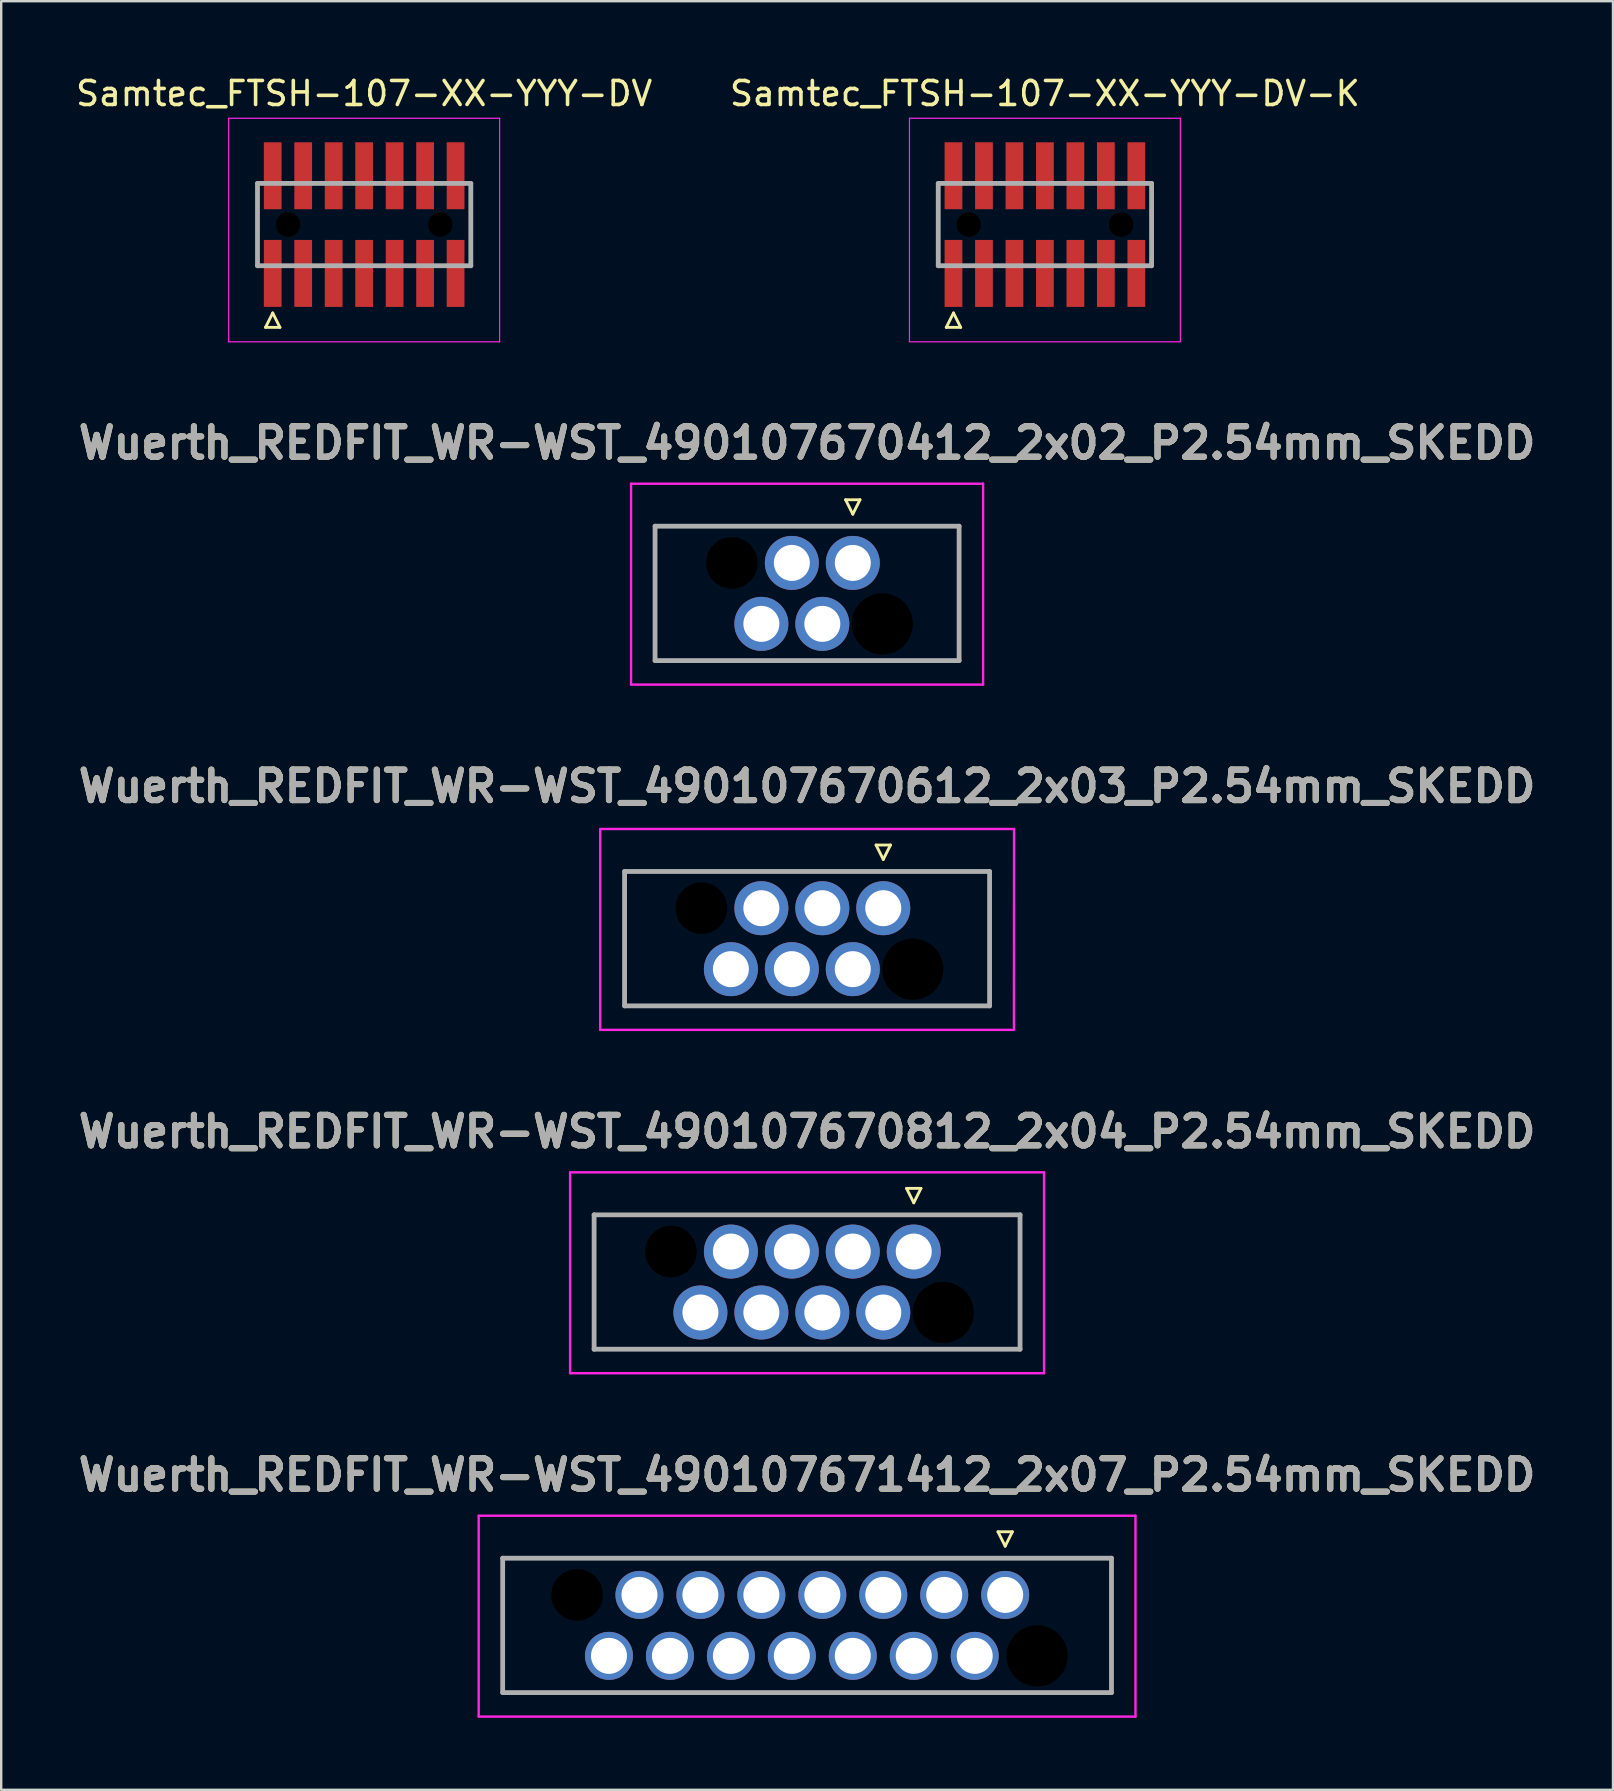
<source format=kicad_pcb>
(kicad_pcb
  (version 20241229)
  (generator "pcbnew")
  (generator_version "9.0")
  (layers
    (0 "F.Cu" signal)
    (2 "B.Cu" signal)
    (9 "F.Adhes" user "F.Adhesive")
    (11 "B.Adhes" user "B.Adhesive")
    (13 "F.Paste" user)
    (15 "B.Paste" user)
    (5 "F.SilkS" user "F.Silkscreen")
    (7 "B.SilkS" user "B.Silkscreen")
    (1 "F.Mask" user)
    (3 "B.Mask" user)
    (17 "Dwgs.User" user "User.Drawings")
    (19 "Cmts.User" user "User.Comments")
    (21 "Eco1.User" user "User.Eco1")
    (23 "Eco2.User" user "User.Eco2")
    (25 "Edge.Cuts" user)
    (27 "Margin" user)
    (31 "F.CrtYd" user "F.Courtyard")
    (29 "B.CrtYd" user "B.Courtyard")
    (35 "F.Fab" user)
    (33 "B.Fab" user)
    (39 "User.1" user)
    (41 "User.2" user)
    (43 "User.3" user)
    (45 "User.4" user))
  (footprint "Wuerth_REDFIT_WR-WST_490107670812_2x04_P2.54mm_SKEDD"
    (layer "F.Cu")
    (at 35.028 49.105)
    (property "Reference" "Wuerth_REDFIT_WR-WST_490107670812_2x04_P2.54mm_SKEDD" (at -4.445 -5 0) (layer "F.SilkS") (effects (font (size 1.27 1.27) (thickness 0.254))))
    (attr through_hole)
    (fp_line (start -13.32 -1.53) (end 4.43 -1.53) (stroke (width 0.1) (type solid)) (layer "F.SilkS"))
    (fp_line (start -13.32 4.07) (end -13.32 -1.53) (stroke (width 0.1) (type solid)) (layer "F.SilkS"))
    (fp_line (start -0.3 -2.632) (end 0 -2.032) (stroke (width 0.12) (type solid)) (layer "F.SilkS"))
    (fp_line (start 0 -2.032) (end 0.3 -2.632) (stroke (width 0.12) (type solid)) (layer "F.SilkS"))
    (fp_line (start 0.3 -2.632) (end -0.3 -2.632) (stroke (width 0.12) (type solid)) (layer "F.SilkS"))
    (fp_line (start 4.43 -1.53) (end 4.43 4.07) (stroke (width 0.1) (type solid)) (layer "F.SilkS"))
    (fp_line (start 4.43 4.07) (end -13.32 4.07) (stroke (width 0.1) (type solid)) (layer "F.SilkS"))
    (fp_line (start -14.32 -3.3) (end 5.43 -3.3) (stroke (width 0.1) (type solid)) (layer "F.CrtYd"))
    (fp_line (start -14.32 5.07) (end -14.32 -3.3) (stroke (width 0.1) (type solid)) (layer "F.CrtYd"))
    (fp_line (start 5.43 -3.3) (end 5.43 5.07) (stroke (width 0.1) (type solid)) (layer "F.CrtYd"))
    (fp_line (start 5.43 5.07) (end -14.32 5.07) (stroke (width 0.1) (type solid)) (layer "F.CrtYd"))
    (fp_line (start -13.32 -1.53) (end -13.32 4.07) (stroke (width 0.2) (type solid)) (layer "F.Fab"))
    (fp_line (start -13.32 4.07) (end 4.43 4.07) (stroke (width 0.2) (type solid)) (layer "F.Fab"))
    (fp_line (start 4.43 -1.53) (end -13.32 -1.53) (stroke (width 0.2) (type solid)) (layer "F.Fab"))
    (fp_line (start 4.43 4.07) (end 4.43 -1.53) (stroke (width 0.2) (type solid)) (layer "F.Fab"))
    (fp_text user "${REFERENCE}" (at -4.445 -5 0) (layer "F.Fab") (effects (font (size 1.27 1.27) (thickness 0.254))))
    (pad "" np_thru_hole circle (at -10.12 0) (size 2.15 2.15) (drill 2.15) (layers "*.Mask"))
    (pad "" np_thru_hole circle (at 1.23 2.54) (size 2.55 2.55) (drill 2.55) (layers "*.Mask"))
    (pad "1" thru_hole circle (at 0 0) (size 2.25 2.25) (drill 1.5) (layers "*.Cu" "*.Mask"))
    (pad "2" thru_hole circle (at -1.27 2.54) (size 2.25 2.25) (drill 1.5) (layers "*.Cu" "*.Mask"))
    (pad "3" thru_hole circle (at -2.54 0) (size 2.25 2.25) (drill 1.5) (layers "*.Cu" "*.Mask"))
    (pad "4" thru_hole circle (at -3.81 2.54) (size 2.25 2.25) (drill 1.5) (layers "*.Cu" "*.Mask"))
    (pad "5" thru_hole circle (at -5.08 0) (size 2.25 2.25) (drill 1.5) (layers "*.Cu" "*.Mask"))
    (pad "6" thru_hole circle (at -6.35 2.54) (size 2.25 2.25) (drill 1.5) (layers "*.Cu" "*.Mask"))
    (pad "7" thru_hole circle (at -7.62 0) (size 2.25 2.25) (drill 1.5) (layers "*.Cu" "*.Mask"))
    (pad "8" thru_hole circle (at -8.89 2.54) (size 2.25 2.25) (drill 1.5) (layers "*.Cu" "*.Mask")))
  (footprint "Samtec_FTSH-107-XX-YYY-DV-K"
    (layer "F.Cu")
    (at 40.494 6.309)
    (property "Reference" "Samtec_FTSH-107-XX-YYY-DV-K" (at 0 -5.461 180) (layer "F.SilkS") (effects (font (size 1 1) (thickness 0.15))))
    (attr smd)
    (fp_line (start -4.445 1.715) (end -4.445 -1.715) (stroke (width 0.1) (type solid)) (layer "F.SilkS"))
    (fp_line (start -4.11 4.283) (end -3.81 3.683) (stroke (width 0.12) (type solid)) (layer "F.SilkS"))
    (fp_line (start -3.81 3.683) (end -3.51 4.283) (stroke (width 0.12) (type solid)) (layer "F.SilkS"))
    (fp_line (start -3.51 4.283) (end -4.11 4.283) (stroke (width 0.12) (type solid)) (layer "F.SilkS"))
    (fp_line (start 4.445 -1.715) (end 4.445 1.715) (stroke (width 0.1) (type solid)) (layer "F.SilkS"))
    (fp_line (start -5.645 -4.43) (end 5.645 -4.43) (stroke (width 0.05) (type solid)) (layer "F.CrtYd"))
    (fp_line (start -5.645 4.885) (end -5.645 -4.43) (stroke (width 0.05) (type solid)) (layer "F.CrtYd"))
    (fp_line (start 5.645 -4.43) (end 5.645 4.885) (stroke (width 0.05) (type solid)) (layer "F.CrtYd"))
    (fp_line (start 5.645 4.885) (end -5.645 4.885) (stroke (width 0.05) (type solid)) (layer "F.CrtYd"))
    (fp_line (start -4.445 -1.715) (end 4.445 -1.715) (stroke (width 0.2) (type solid)) (layer "F.Fab"))
    (fp_line (start -4.445 1.715) (end -4.445 -1.715) (stroke (width 0.2) (type solid)) (layer "F.Fab"))
    (fp_line (start 4.445 -1.715) (end 4.445 1.715) (stroke (width 0.2) (type solid)) (layer "F.Fab"))
    (fp_line (start 4.445 1.715) (end -4.445 1.715) (stroke (width 0.2) (type solid)) (layer "F.Fab"))
    (pad "" np_thru_hole circle (at -3.175 0) (size 1.02 1.02) (drill 1.02) (layers "*.Mask"))
    (pad "" np_thru_hole circle (at 3.175 0) (size 1.02 1.02) (drill 1.02) (layers "*.Mask"))
    (pad "1" smd rect (at -3.81 2.035) (size 0.74 2.79) (layers "F.Cu" "F.Mask" "F.Paste"))
    (pad "2" smd rect (at -3.81 -2.035) (size 0.74 2.79) (layers "F.Cu" "F.Mask" "F.Paste"))
    (pad "3" smd rect (at -2.54 2.035) (size 0.74 2.79) (layers "F.Cu" "F.Mask" "F.Paste"))
    (pad "4" smd rect (at -2.54 -2.035) (size 0.74 2.79) (layers "F.Cu" "F.Mask" "F.Paste"))
    (pad "5" smd rect (at -1.27 2.035) (size 0.74 2.79) (layers "F.Cu" "F.Mask" "F.Paste"))
    (pad "6" smd rect (at -1.27 -2.035) (size 0.74 2.79) (layers "F.Cu" "F.Mask" "F.Paste"))
    (pad "7" smd rect (at 0 2.035) (size 0.74 2.79) (layers "F.Cu" "F.Mask" "F.Paste"))
    (pad "8" smd rect (at 0 -2.035) (size 0.74 2.79) (layers "F.Cu" "F.Mask" "F.Paste"))
    (pad "9" smd rect (at 1.27 2.035) (size 0.74 2.79) (layers "F.Cu" "F.Mask" "F.Paste"))
    (pad "10" smd rect (at 1.27 -2.035) (size 0.74 2.79) (layers "F.Cu" "F.Mask" "F.Paste"))
    (pad "11" smd rect (at 2.54 2.035) (size 0.74 2.79) (layers "F.Cu" "F.Mask" "F.Paste"))
    (pad "12" smd rect (at 2.54 -2.035) (size 0.74 2.79) (layers "F.Cu" "F.Mask" "F.Paste"))
    (pad "13" smd rect (at 3.81 2.035) (size 0.74 2.79) (layers "F.Cu" "F.Mask" "F.Paste"))
    (pad "14" smd rect (at 3.81 -2.035) (size 0.74 2.79) (layers "F.Cu" "F.Mask" "F.Paste")))
  (footprint "Wuerth_REDFIT_WR-WST_490107670412_2x02_P2.54mm_SKEDD"
    (layer "F.Cu")
    (at 32.488 20.408)
    (property "Reference" "Wuerth_REDFIT_WR-WST_490107670412_2x02_P2.54mm_SKEDD" (at -1.905 -5 0) (layer "F.SilkS") (effects (font (size 1.27 1.27) (thickness 0.254))))
    (attr through_hole)
    (fp_line (start -8.24 -1.53) (end 4.43 -1.53) (stroke (width 0.1) (type solid)) (layer "F.SilkS"))
    (fp_line (start -8.24 4.07) (end -8.24 -1.53) (stroke (width 0.1) (type solid)) (layer "F.SilkS"))
    (fp_line (start -0.3 -2.632) (end 0 -2.032) (stroke (width 0.12) (type solid)) (layer "F.SilkS"))
    (fp_line (start 0 -2.032) (end 0.3 -2.632) (stroke (width 0.12) (type solid)) (layer "F.SilkS"))
    (fp_line (start 0.3 -2.632) (end -0.3 -2.632) (stroke (width 0.12) (type solid)) (layer "F.SilkS"))
    (fp_line (start 4.43 -1.53) (end 4.43 4.07) (stroke (width 0.1) (type solid)) (layer "F.SilkS"))
    (fp_line (start 4.43 4.07) (end -8.24 4.07) (stroke (width 0.1) (type solid)) (layer "F.SilkS"))
    (fp_line (start -9.24 -3.3) (end 5.43 -3.3) (stroke (width 0.1) (type solid)) (layer "F.CrtYd"))
    (fp_line (start -9.24 5.07) (end -9.24 -3.3) (stroke (width 0.1) (type solid)) (layer "F.CrtYd"))
    (fp_line (start 5.43 -3.3) (end 5.43 5.07) (stroke (width 0.1) (type solid)) (layer "F.CrtYd"))
    (fp_line (start 5.43 5.07) (end -9.24 5.07) (stroke (width 0.1) (type solid)) (layer "F.CrtYd"))
    (fp_line (start -8.24 -1.53) (end -8.24 4.07) (stroke (width 0.2) (type solid)) (layer "F.Fab"))
    (fp_line (start -8.24 4.07) (end 4.43 4.07) (stroke (width 0.2) (type solid)) (layer "F.Fab"))
    (fp_line (start 4.43 -1.53) (end -8.24 -1.53) (stroke (width 0.2) (type solid)) (layer "F.Fab"))
    (fp_line (start 4.43 4.07) (end 4.43 -1.53) (stroke (width 0.2) (type solid)) (layer "F.Fab"))
    (fp_text user "${REFERENCE}" (at -1.905 -5 0) (layer "F.Fab") (effects (font (size 1.27 1.27) (thickness 0.254))))
    (pad "" np_thru_hole circle (at -5.04 0) (size 2.15 2.15) (drill 2.15) (layers "*.Mask"))
    (pad "" np_thru_hole circle (at 1.23 2.54) (size 2.55 2.55) (drill 2.55) (layers "*.Mask"))
    (pad "1" thru_hole circle (at 0 0) (size 2.25 2.25) (drill 1.5) (layers "*.Cu" "*.Mask"))
    (pad "2" thru_hole circle (at -1.27 2.54) (size 2.25 2.25) (drill 1.5) (layers "*.Cu" "*.Mask"))
    (pad "3" thru_hole circle (at -2.54 0) (size 2.25 2.25) (drill 1.5) (layers "*.Cu" "*.Mask"))
    (pad "4" thru_hole circle (at -3.81 2.54) (size 2.25 2.25) (drill 1.5) (layers "*.Cu" "*.Mask")))
  (footprint "Wuerth_REDFIT_WR-WST_490107670612_2x03_P2.54mm_SKEDD"
    (layer "F.Cu")
    (at 33.758 34.797)
    (property "Reference" "Wuerth_REDFIT_WR-WST_490107670612_2x03_P2.54mm_SKEDD" (at -3.175 -5.08 0) (layer "F.SilkS") (effects (font (size 1.27 1.27) (thickness 0.254))))
    (attr through_hole)
    (fp_line (start -10.795 -1.53) (end 4.445 -1.53) (stroke (width 0.1) (type solid)) (layer "F.SilkS"))
    (fp_line (start -10.795 4.07) (end -10.795 -1.53) (stroke (width 0.1) (type solid)) (layer "F.SilkS"))
    (fp_line (start -0.3 -2.632) (end 0 -2.032) (stroke (width 0.12) (type solid)) (layer "F.SilkS"))
    (fp_line (start 0 -2.032) (end 0.3 -2.632) (stroke (width 0.12) (type solid)) (layer "F.SilkS"))
    (fp_line (start 0.3 -2.632) (end -0.3 -2.632) (stroke (width 0.12) (type solid)) (layer "F.SilkS"))
    (fp_line (start 4.445 -1.53) (end 4.445 4.07) (stroke (width 0.1) (type solid)) (layer "F.SilkS"))
    (fp_line (start 4.445 4.07) (end -10.795 4.07) (stroke (width 0.1) (type solid)) (layer "F.SilkS"))
    (fp_line (start -11.795 -3.3) (end 5.45 -3.3) (stroke (width 0.1) (type solid)) (layer "F.CrtYd"))
    (fp_line (start -11.795 5.07) (end -11.795 -3.3) (stroke (width 0.1) (type solid)) (layer "F.CrtYd"))
    (fp_line (start 5.445 5.07) (end -11.795 5.07) (stroke (width 0.1) (type solid)) (layer "F.CrtYd"))
    (fp_line (start 5.45 -3.3) (end 5.445 5.07) (stroke (width 0.1) (type solid)) (layer "F.CrtYd"))
    (fp_line (start -10.78 -1.53) (end 4.43 -1.53) (stroke (width 0.2) (type solid)) (layer "F.Fab"))
    (fp_line (start -10.78 4.07) (end -10.78 -1.53) (stroke (width 0.2) (type solid)) (layer "F.Fab"))
    (fp_line (start 4.43 -1.53) (end 4.43 4.07) (stroke (width 0.2) (type solid)) (layer "F.Fab"))
    (fp_line (start 4.43 4.07) (end -10.78 4.07) (stroke (width 0.2) (type solid)) (layer "F.Fab"))
    (fp_text user "${REFERENCE}" (at -3.175 -5.08 0) (layer "F.Fab") (effects (font (size 1.27 1.27) (thickness 0.254))))
    (pad "" np_thru_hole circle (at -7.58 0) (size 2.15 2.15) (drill 2.15) (layers "*.Mask"))
    (pad "" np_thru_hole circle (at 1.23 2.54) (size 2.55 2.55) (drill 2.55) (layers "*.Mask"))
    (pad "1" thru_hole circle (at 0 0) (size 2.25 2.25) (drill 1.5) (layers "*.Cu" "*.Mask"))
    (pad "2" thru_hole circle (at -1.27 2.54) (size 2.25 2.25) (drill 1.5) (layers "*.Cu" "*.Mask"))
    (pad "3" thru_hole circle (at -2.54 0) (size 2.25 2.25) (drill 1.5) (layers "*.Cu" "*.Mask"))
    (pad "4" thru_hole circle (at -3.81 2.54) (size 2.25 2.25) (drill 1.5) (layers "*.Cu" "*.Mask"))
    (pad "5" thru_hole circle (at -5.08 0) (size 2.25 2.25) (drill 1.5) (layers "*.Cu" "*.Mask"))
    (pad "6" thru_hole circle (at -6.35 2.54) (size 2.25 2.25) (drill 1.5) (layers "*.Cu" "*.Mask")))
  (footprint "Samtec_FTSH-107-XX-YYY-DV"
    (layer "F.Cu")
    (at 12.125 6.309)
    (property "Reference" "Samtec_FTSH-107-XX-YYY-DV" (at 0 -5.461 180) (layer "F.SilkS") (effects (font (size 1 1) (thickness 0.15))))
    (attr smd)
    (fp_line (start -4.445 1.715) (end -4.445 -1.715) (stroke (width 0.1) (type solid)) (layer "F.SilkS"))
    (fp_line (start -4.11 4.283) (end -3.81 3.683) (stroke (width 0.12) (type solid)) (layer "F.SilkS"))
    (fp_line (start -3.81 3.683) (end -3.51 4.283) (stroke (width 0.12) (type solid)) (layer "F.SilkS"))
    (fp_line (start -3.51 4.283) (end -4.11 4.283) (stroke (width 0.12) (type solid)) (layer "F.SilkS"))
    (fp_line (start 4.445 -1.715) (end 4.445 1.715) (stroke (width 0.1) (type solid)) (layer "F.SilkS"))
    (fp_line (start -5.645 -4.43) (end 5.645 -4.43) (stroke (width 0.05) (type solid)) (layer "F.CrtYd"))
    (fp_line (start -5.645 4.885) (end -5.645 -4.43) (stroke (width 0.05) (type solid)) (layer "F.CrtYd"))
    (fp_line (start 5.645 -4.43) (end 5.645 4.885) (stroke (width 0.05) (type solid)) (layer "F.CrtYd"))
    (fp_line (start 5.645 4.885) (end -5.645 4.885) (stroke (width 0.05) (type solid)) (layer "F.CrtYd"))
    (fp_line (start -4.445 -1.715) (end 4.445 -1.715) (stroke (width 0.2) (type solid)) (layer "F.Fab"))
    (fp_line (start -4.445 1.715) (end -4.445 -1.715) (stroke (width 0.2) (type solid)) (layer "F.Fab"))
    (fp_line (start 4.445 -1.715) (end 4.445 1.715) (stroke (width 0.2) (type solid)) (layer "F.Fab"))
    (fp_line (start 4.445 1.715) (end -4.445 1.715) (stroke (width 0.2) (type solid)) (layer "F.Fab"))
    (pad "" np_thru_hole circle (at -3.175 0) (size 1.02 1.02) (drill 1.02) (layers "*.Mask"))
    (pad "" np_thru_hole circle (at 3.175 0) (size 1.02 1.02) (drill 1.02) (layers "*.Mask"))
    (pad "1" smd rect (at -3.81 2.035) (size 0.74 2.79) (layers "F.Cu" "F.Mask" "F.Paste"))
    (pad "2" smd rect (at -3.81 -2.035) (size 0.74 2.79) (layers "F.Cu" "F.Mask" "F.Paste"))
    (pad "3" smd rect (at -2.54 2.035) (size 0.74 2.79) (layers "F.Cu" "F.Mask" "F.Paste"))
    (pad "4" smd rect (at -2.54 -2.035) (size 0.74 2.79) (layers "F.Cu" "F.Mask" "F.Paste"))
    (pad "5" smd rect (at -1.27 2.035) (size 0.74 2.79) (layers "F.Cu" "F.Mask" "F.Paste"))
    (pad "6" smd rect (at -1.27 -2.035) (size 0.74 2.79) (layers "F.Cu" "F.Mask" "F.Paste"))
    (pad "7" smd rect (at 0 2.035) (size 0.74 2.79) (layers "F.Cu" "F.Mask" "F.Paste"))
    (pad "8" smd rect (at 0 -2.035) (size 0.74 2.79) (layers "F.Cu" "F.Mask" "F.Paste"))
    (pad "9" smd rect (at 1.27 2.035) (size 0.74 2.79) (layers "F.Cu" "F.Mask" "F.Paste"))
    (pad "10" smd rect (at 1.27 -2.035) (size 0.74 2.79) (layers "F.Cu" "F.Mask" "F.Paste"))
    (pad "11" smd rect (at 2.54 2.035) (size 0.74 2.79) (layers "F.Cu" "F.Mask" "F.Paste"))
    (pad "12" smd rect (at 2.54 -2.035) (size 0.74 2.79) (layers "F.Cu" "F.Mask" "F.Paste"))
    (pad "13" smd rect (at 3.81 2.035) (size 0.74 2.79) (layers "F.Cu" "F.Mask" "F.Paste"))
    (pad "14" smd rect (at 3.81 -2.035) (size 0.74 2.79) (layers "F.Cu" "F.Mask" "F.Paste")))
  (footprint "Wuerth_REDFIT_WR-WST_490107671412_2x07_P2.54mm_SKEDD"
    (layer "F.Cu")
    (at 38.838 63.414)
    (property "Reference" "Wuerth_REDFIT_WR-WST_490107671412_2x07_P2.54mm_SKEDD" (at -8.255 -5 0) (layer "F.SilkS") (effects (font (size 1.27 1.27) (thickness 0.254))))
    (attr through_hole)
    (fp_line (start -20.94 -1.53) (end 4.43 -1.53) (stroke (width 0.1) (type solid)) (layer "F.SilkS"))
    (fp_line (start -20.94 4.07) (end -20.94 -1.53) (stroke (width 0.1) (type solid)) (layer "F.SilkS"))
    (fp_line (start -0.3 -2.632) (end 0 -2.032) (stroke (width 0.12) (type solid)) (layer "F.SilkS"))
    (fp_line (start 0 -2.032) (end 0.3 -2.632) (stroke (width 0.12) (type solid)) (layer "F.SilkS"))
    (fp_line (start 0.3 -2.632) (end -0.3 -2.632) (stroke (width 0.12) (type solid)) (layer "F.SilkS"))
    (fp_line (start 4.43 -1.53) (end 4.43 4.07) (stroke (width 0.1) (type solid)) (layer "F.SilkS"))
    (fp_line (start 4.43 4.07) (end -20.94 4.07) (stroke (width 0.1) (type solid)) (layer "F.SilkS"))
    (fp_line (start -21.94 -3.3) (end 5.43 -3.3) (stroke (width 0.1) (type solid)) (layer "F.CrtYd"))
    (fp_line (start -21.94 5.07) (end -21.94 -3.3) (stroke (width 0.1) (type solid)) (layer "F.CrtYd"))
    (fp_line (start 5.43 -3.3) (end 5.43 5.07) (stroke (width 0.1) (type solid)) (layer "F.CrtYd"))
    (fp_line (start 5.43 5.07) (end -21.94 5.07) (stroke (width 0.1) (type solid)) (layer "F.CrtYd"))
    (fp_line (start -20.94 -1.53) (end 4.43 -1.53) (stroke (width 0.2) (type solid)) (layer "F.Fab"))
    (fp_line (start -20.94 4.07) (end -20.94 -1.53) (stroke (width 0.2) (type solid)) (layer "F.Fab"))
    (fp_line (start 4.43 -1.53) (end 4.43 4.07) (stroke (width 0.2) (type solid)) (layer "F.Fab"))
    (fp_line (start 4.43 4.07) (end -20.94 4.07) (stroke (width 0.2) (type solid)) (layer "F.Fab"))
    (fp_text user "${REFERENCE}" (at -8.255 -5 0) (layer "F.Fab") (effects (font (size 1.27 1.27) (thickness 0.254))))
    (pad "" np_thru_hole circle (at -17.84 0) (size 2.15 2.15) (drill 2.15) (layers "*.Mask"))
    (pad "" np_thru_hole circle (at 1.33 2.54) (size 2.55 2.55) (drill 2.55) (layers "*.Mask"))
    (pad "1" thru_hole circle (at 0 0) (size 2 2) (drill 1.5) (layers "*.Cu" "*.Mask"))
    (pad "2" thru_hole circle (at -1.27 2.54) (size 2 2) (drill 1.5) (layers "*.Cu" "*.Mask"))
    (pad "3" thru_hole circle (at -2.54 0) (size 2 2) (drill 1.5) (layers "*.Cu" "*.Mask"))
    (pad "4" thru_hole circle (at -3.81 2.54) (size 2 2) (drill 1.5) (layers "*.Cu" "*.Mask"))
    (pad "5" thru_hole circle (at -5.08 0) (size 2 2) (drill 1.5) (layers "*.Cu" "*.Mask"))
    (pad "6" thru_hole circle (at -6.35 2.54) (size 2 2) (drill 1.5) (layers "*.Cu" "*.Mask"))
    (pad "7" thru_hole circle (at -7.62 0) (size 2 2) (drill 1.5) (layers "*.Cu" "*.Mask"))
    (pad "8" thru_hole circle (at -8.89 2.54) (size 2 2) (drill 1.5) (layers "*.Cu" "*.Mask"))
    (pad "9" thru_hole circle (at -10.16 0) (size 2 2) (drill 1.5) (layers "*.Cu" "*.Mask"))
    (pad "10" thru_hole circle (at -11.43 2.54) (size 2 2) (drill 1.5) (layers "*.Cu" "*.Mask"))
    (pad "11" thru_hole circle (at -12.7 0) (size 2 2) (drill 1.5) (layers "*.Cu" "*.Mask"))
    (pad "12" thru_hole circle (at -13.97 2.54) (size 2 2) (drill 1.5) (layers "*.Cu" "*.Mask"))
    (pad "13" thru_hole circle (at -15.24 0) (size 2 2) (drill 1.5) (layers "*.Cu" "*.Mask"))
    (pad "14" thru_hole circle (at -16.51 2.54) (size 2 2) (drill 1.5) (layers "*.Cu" "*.Mask")))
  (gr_rect
    (start -3 -3)
    (end 64.166 71.534)
    (stroke (width 0.1) (type default))
    (fill no)
    (layer "Edge.Cuts")))
</source>
